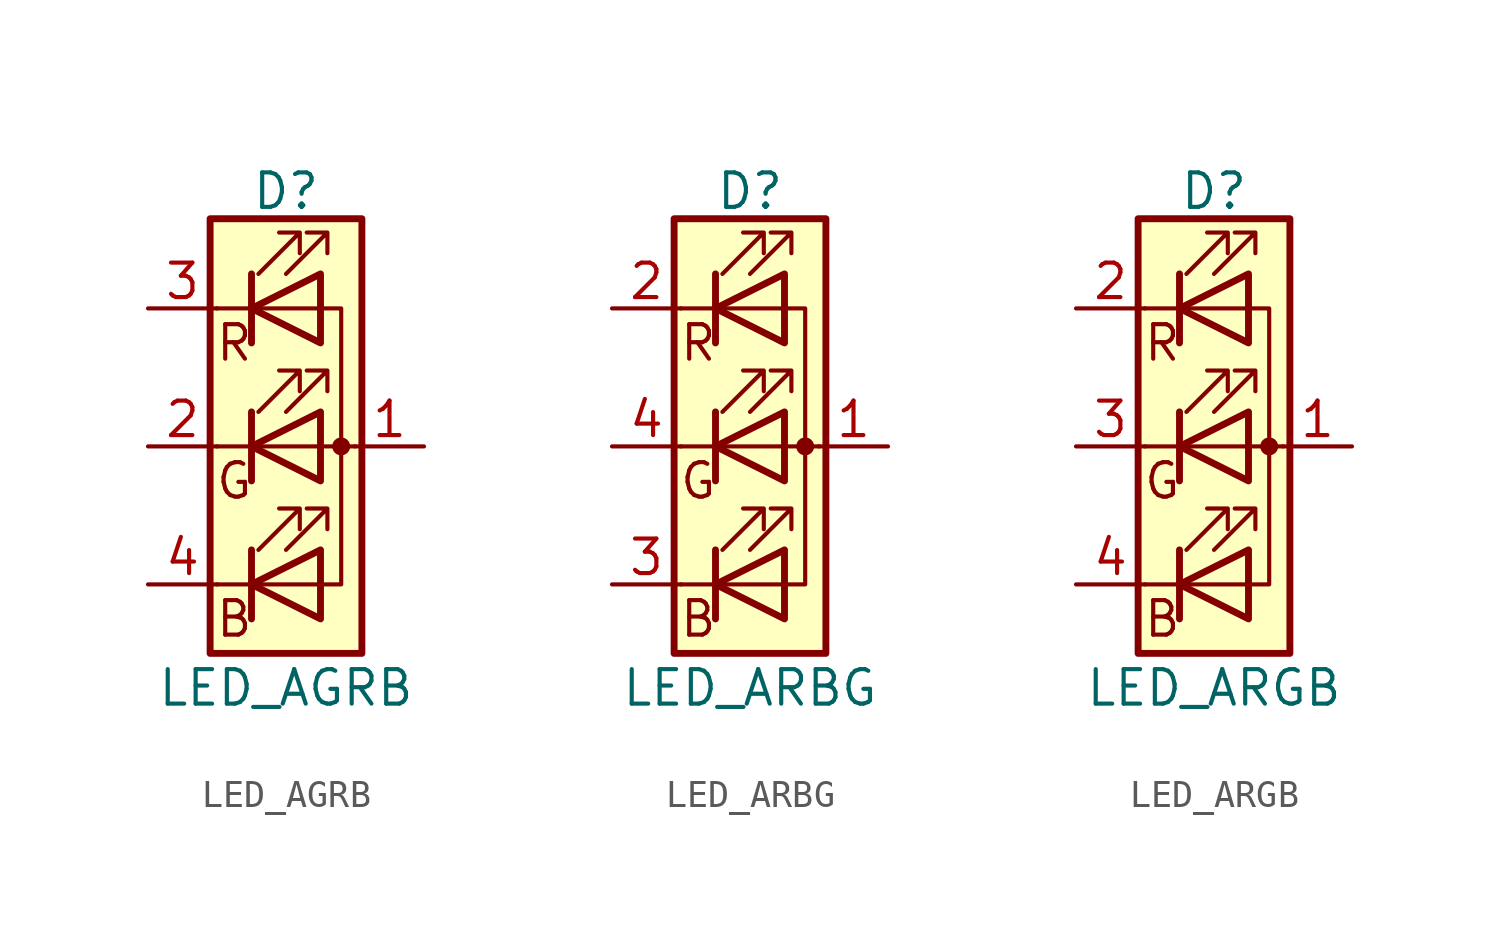
<source format=kicad_sym>
(kicad_symbol_lib
  (version 20241209)
  (generator "kicad_symbol_editor")
  (generator_version "9.0")
  (symbol "LED_AGRB"
    (pin_names
      (offset 0)
      (hide yes))
    (property "Reference" "D"
      (at 0 9.398 0)
      (effects (font (size 1.27 1.27))))
    (property "Value" "LED_AGRB"
      (at 0 -8.89 0)
      (effects (font (size 1.27 1.27))))
    (symbol "LED_AGRB_0_0"
      (text "R" (at -1.905 3.81 0) (effects (font (size 1.27 1.27))))
      (text "G" (at -1.905 -1.27 0) (effects (font (size 1.27 1.27))))
      (text "B" (at -1.905 -6.35 0) (effects (font (size 1.27 1.27)))))
    (symbol "LED_AGRB_0_1"
      (polyline (pts (xy -1.27 6.35) (xy -1.27 3.81)) (stroke (width 0.254) (type default)) (fill (type none)))
      (polyline (pts (xy -1.27 6.35) (xy -1.27 3.81) (xy -1.27 3.81)) (stroke (width 0) (type default)) (fill (type none)))
      (polyline (pts (xy -1.27 5.08) (xy -2.54 5.08)) (stroke (width 0) (type default)) (fill (type none)))
      (polyline (pts (xy -1.27 5.08) (xy 1.27 5.08)) (stroke (width 0) (type default)) (fill (type none)))
      (polyline (pts (xy -1.27 1.27) (xy -1.27 -1.27)) (stroke (width 0.254) (type default)) (fill (type none)))
      (polyline (pts (xy -1.27 1.27) (xy -1.27 -1.27) (xy -1.27 -1.27)) (stroke (width 0) (type default)) (fill (type none)))
      (polyline (pts (xy -1.27 0) (xy -2.54 0)) (stroke (width 0) (type default)) (fill (type none)))
      (polyline (pts (xy -1.27 -3.81) (xy -1.27 -6.35)) (stroke (width 0.254) (type default)) (fill (type none)))
      (polyline (pts (xy -1.27 -5.08) (xy -2.54 -5.08)) (stroke (width 0) (type default)) (fill (type none)))
      (polyline (pts (xy -1.27 -5.08) (xy 1.27 -5.08)) (stroke (width 0) (type default)) (fill (type none)))
      (polyline (pts (xy -1.016 6.35) (xy 0.508 7.874) (xy -0.254 7.874) (xy 0.508 7.874) (xy 0.508 7.112)) (stroke (width 0) (type default)) (fill (type none)))
      (polyline (pts (xy -1.016 1.27) (xy 0.508 2.794) (xy -0.254 2.794) (xy 0.508 2.794) (xy 0.508 2.032)) (stroke (width 0) (type default)) (fill (type none)))
      (polyline (pts (xy -1.016 -3.81) (xy 0.508 -2.286) (xy -0.254 -2.286) (xy 0.508 -2.286) (xy 0.508 -3.048)) (stroke (width 0) (type default)) (fill (type none)))
      (polyline (pts (xy 0 6.35) (xy 1.524 7.874) (xy 0.762 7.874) (xy 1.524 7.874) (xy 1.524 7.112)) (stroke (width 0) (type default)) (fill (type none)))
      (polyline (pts (xy 0 1.27) (xy 1.524 2.794) (xy 0.762 2.794) (xy 1.524 2.794) (xy 1.524 2.032)) (stroke (width 0) (type default)) (fill (type none)))
      (polyline (pts (xy 0 -3.81) (xy 1.524 -2.286) (xy 0.762 -2.286) (xy 1.524 -2.286) (xy 1.524 -3.048)) (stroke (width 0) (type default)) (fill (type none)))
      (polyline (pts (xy 1.27 6.35) (xy 1.27 3.81) (xy -1.27 5.08) (xy 1.27 6.35)) (stroke (width 0.254) (type default)) (fill (type none)))
      (rectangle (start 1.27 6.35) (end 1.27 6.35) (stroke (width 0) (type default)) (fill (type none)))
      (rectangle (start 1.27 3.81) (end 1.27 6.35) (stroke (width 0) (type default)) (fill (type none)))
      (polyline (pts (xy 1.27 1.27) (xy 1.27 -1.27) (xy -1.27 0) (xy 1.27 1.27)) (stroke (width 0.254) (type default)) (fill (type none)))
      (rectangle (start 1.27 1.27) (end 1.27 1.27) (stroke (width 0) (type default)) (fill (type none)))
      (polyline (pts (xy 1.27 0) (xy -1.27 0)) (stroke (width 0) (type default)) (fill (type none)))
      (polyline (pts (xy 1.27 0) (xy 2.54 0)) (stroke (width 0) (type default)) (fill (type none)))
      (rectangle (start 1.27 -1.27) (end 1.27 1.27) (stroke (width 0) (type default)) (fill (type none)))
      (polyline (pts (xy 1.27 -3.81) (xy 1.27 -6.35) (xy -1.27 -5.08) (xy 1.27 -3.81)) (stroke (width 0.254) (type default)) (fill (type none)))
      (polyline (pts (xy 1.27 -5.08) (xy 2.032 -5.08) (xy 2.032 5.08) (xy 1.27 5.08)) (stroke (width 0) (type default)) (fill (type none)))
      (circle (center 2.032 0) (radius 0.254) (stroke (width 0) (type default)) (fill (type outline)))
      (rectangle (start 2.794 8.382) (end -2.794 -7.62) (stroke (width 0.254) (type default)) (fill (type background))))
    (symbol "LED_AGRB_1_1"
      (pin passive line (at -5.08 5.08 0) (length 2.54) (name "RK" (effects (font (size 1.27 1.27)))) (number "3" (effects (font (size 1.27 1.27)))))
      (pin passive line (at -5.08 0 0) (length 2.54) (name "GK" (effects (font (size 1.27 1.27)))) (number "2" (effects (font (size 1.27 1.27)))))
      (pin passive line (at -5.08 -5.08 0) (length 2.54) (name "BK" (effects (font (size 1.27 1.27)))) (number "4" (effects (font (size 1.27 1.27)))))
      (pin passive line (at 5.08 0 180) (length 2.54) (name "A" (effects (font (size 1.27 1.27)))) (number "1" (effects (font (size 1.27 1.27)))))))
  (symbol "LED_ARBG"
    (pin_names
      (offset 0)
      (hide yes))
    (property "Reference" "D"
      (at 0 9.398 0)
      (effects (font (size 1.27 1.27))))
    (property "Value" "LED_ARBG"
      (at 0 -8.89 0)
      (effects (font (size 1.27 1.27))))
    (symbol "LED_ARBG_0_0"
      (text "R" (at -1.905 3.81 0) (effects (font (size 1.27 1.27))))
      (text "G" (at -1.905 -1.27 0) (effects (font (size 1.27 1.27))))
      (text "B" (at -1.905 -6.35 0) (effects (font (size 1.27 1.27)))))
    (symbol "LED_ARBG_0_1"
      (polyline (pts (xy -1.27 6.35) (xy -1.27 3.81)) (stroke (width 0.254) (type default)) (fill (type none)))
      (polyline (pts (xy -1.27 6.35) (xy -1.27 3.81) (xy -1.27 3.81)) (stroke (width 0) (type default)) (fill (type none)))
      (polyline (pts (xy -1.27 5.08) (xy -2.54 5.08)) (stroke (width 0) (type default)) (fill (type none)))
      (polyline (pts (xy -1.27 5.08) (xy 1.27 5.08)) (stroke (width 0) (type default)) (fill (type none)))
      (polyline (pts (xy -1.27 1.27) (xy -1.27 -1.27)) (stroke (width 0.254) (type default)) (fill (type none)))
      (polyline (pts (xy -1.27 1.27) (xy -1.27 -1.27) (xy -1.27 -1.27)) (stroke (width 0) (type default)) (fill (type none)))
      (polyline (pts (xy -1.27 0) (xy -2.54 0)) (stroke (width 0) (type default)) (fill (type none)))
      (polyline (pts (xy -1.27 -3.81) (xy -1.27 -6.35)) (stroke (width 0.254) (type default)) (fill (type none)))
      (polyline (pts (xy -1.27 -5.08) (xy -2.54 -5.08)) (stroke (width 0) (type default)) (fill (type none)))
      (polyline (pts (xy -1.27 -5.08) (xy 1.27 -5.08)) (stroke (width 0) (type default)) (fill (type none)))
      (polyline (pts (xy -1.016 6.35) (xy 0.508 7.874) (xy -0.254 7.874) (xy 0.508 7.874) (xy 0.508 7.112)) (stroke (width 0) (type default)) (fill (type none)))
      (polyline (pts (xy -1.016 1.27) (xy 0.508 2.794) (xy -0.254 2.794) (xy 0.508 2.794) (xy 0.508 2.032)) (stroke (width 0) (type default)) (fill (type none)))
      (polyline (pts (xy -1.016 -3.81) (xy 0.508 -2.286) (xy -0.254 -2.286) (xy 0.508 -2.286) (xy 0.508 -3.048)) (stroke (width 0) (type default)) (fill (type none)))
      (polyline (pts (xy 0 6.35) (xy 1.524 7.874) (xy 0.762 7.874) (xy 1.524 7.874) (xy 1.524 7.112)) (stroke (width 0) (type default)) (fill (type none)))
      (polyline (pts (xy 0 1.27) (xy 1.524 2.794) (xy 0.762 2.794) (xy 1.524 2.794) (xy 1.524 2.032)) (stroke (width 0) (type default)) (fill (type none)))
      (polyline (pts (xy 0 -3.81) (xy 1.524 -2.286) (xy 0.762 -2.286) (xy 1.524 -2.286) (xy 1.524 -3.048)) (stroke (width 0) (type default)) (fill (type none)))
      (polyline (pts (xy 1.27 6.35) (xy 1.27 3.81) (xy -1.27 5.08) (xy 1.27 6.35)) (stroke (width 0.254) (type default)) (fill (type none)))
      (rectangle (start 1.27 6.35) (end 1.27 6.35) (stroke (width 0) (type default)) (fill (type none)))
      (rectangle (start 1.27 3.81) (end 1.27 6.35) (stroke (width 0) (type default)) (fill (type none)))
      (polyline (pts (xy 1.27 1.27) (xy 1.27 -1.27) (xy -1.27 0) (xy 1.27 1.27)) (stroke (width 0.254) (type default)) (fill (type none)))
      (rectangle (start 1.27 1.27) (end 1.27 1.27) (stroke (width 0) (type default)) (fill (type none)))
      (polyline (pts (xy 1.27 0) (xy -1.27 0)) (stroke (width 0) (type default)) (fill (type none)))
      (polyline (pts (xy 1.27 0) (xy 2.54 0)) (stroke (width 0) (type default)) (fill (type none)))
      (rectangle (start 1.27 -1.27) (end 1.27 1.27) (stroke (width 0) (type default)) (fill (type none)))
      (polyline (pts (xy 1.27 -3.81) (xy 1.27 -6.35) (xy -1.27 -5.08) (xy 1.27 -3.81)) (stroke (width 0.254) (type default)) (fill (type none)))
      (polyline (pts (xy 1.27 -5.08) (xy 2.032 -5.08) (xy 2.032 5.08) (xy 1.27 5.08)) (stroke (width 0) (type default)) (fill (type none)))
      (circle (center 2.032 0) (radius 0.254) (stroke (width 0) (type default)) (fill (type outline)))
      (rectangle (start 2.794 8.382) (end -2.794 -7.62) (stroke (width 0.254) (type default)) (fill (type background))))
    (symbol "LED_ARBG_1_1"
      (pin passive line (at -5.08 5.08 0) (length 2.54) (name "RK" (effects (font (size 1.27 1.27)))) (number "2" (effects (font (size 1.27 1.27)))))
      (pin passive line (at -5.08 0 0) (length 2.54) (name "GK" (effects (font (size 1.27 1.27)))) (number "4" (effects (font (size 1.27 1.27)))))
      (pin passive line (at -5.08 -5.08 0) (length 2.54) (name "BK" (effects (font (size 1.27 1.27)))) (number "3" (effects (font (size 1.27 1.27)))))
      (pin passive line (at 5.08 0 180) (length 2.54) (name "A" (effects (font (size 1.27 1.27)))) (number "1" (effects (font (size 1.27 1.27)))))))
  (symbol "LED_ARGB"
    (pin_names
      (offset 0)
      (hide yes))
    (property "Reference" "D"
      (at 0 9.398 0)
      (effects (font (size 1.27 1.27))))
    (property "Value" "LED_ARGB"
      (at 0 -8.89 0)
      (effects (font (size 1.27 1.27))))
    (symbol "LED_ARGB_0_0"
      (text "R" (at -1.905 3.81 0) (effects (font (size 1.27 1.27))))
      (text "G" (at -1.905 -1.27 0) (effects (font (size 1.27 1.27))))
      (text "B" (at -1.905 -6.35 0) (effects (font (size 1.27 1.27)))))
    (symbol "LED_ARGB_0_1"
      (polyline (pts (xy -1.27 6.35) (xy -1.27 3.81)) (stroke (width 0.254) (type default)) (fill (type none)))
      (polyline (pts (xy -1.27 6.35) (xy -1.27 3.81) (xy -1.27 3.81)) (stroke (width 0) (type default)) (fill (type none)))
      (polyline (pts (xy -1.27 5.08) (xy -2.54 5.08)) (stroke (width 0) (type default)) (fill (type none)))
      (polyline (pts (xy -1.27 5.08) (xy 1.27 5.08)) (stroke (width 0) (type default)) (fill (type none)))
      (polyline (pts (xy -1.27 1.27) (xy -1.27 -1.27)) (stroke (width 0.254) (type default)) (fill (type none)))
      (polyline (pts (xy -1.27 1.27) (xy -1.27 -1.27) (xy -1.27 -1.27)) (stroke (width 0) (type default)) (fill (type none)))
      (polyline (pts (xy -1.27 0) (xy -2.54 0)) (stroke (width 0) (type default)) (fill (type none)))
      (polyline (pts (xy -1.27 -3.81) (xy -1.27 -6.35)) (stroke (width 0.254) (type default)) (fill (type none)))
      (polyline (pts (xy -1.27 -5.08) (xy -2.54 -5.08)) (stroke (width 0) (type default)) (fill (type none)))
      (polyline (pts (xy -1.27 -5.08) (xy 1.27 -5.08)) (stroke (width 0) (type default)) (fill (type none)))
      (polyline (pts (xy -1.016 6.35) (xy 0.508 7.874) (xy -0.254 7.874) (xy 0.508 7.874) (xy 0.508 7.112)) (stroke (width 0) (type default)) (fill (type none)))
      (polyline (pts (xy -1.016 1.27) (xy 0.508 2.794) (xy -0.254 2.794) (xy 0.508 2.794) (xy 0.508 2.032)) (stroke (width 0) (type default)) (fill (type none)))
      (polyline (pts (xy -1.016 -3.81) (xy 0.508 -2.286) (xy -0.254 -2.286) (xy 0.508 -2.286) (xy 0.508 -3.048)) (stroke (width 0) (type default)) (fill (type none)))
      (polyline (pts (xy 0 6.35) (xy 1.524 7.874) (xy 0.762 7.874) (xy 1.524 7.874) (xy 1.524 7.112)) (stroke (width 0) (type default)) (fill (type none)))
      (polyline (pts (xy 0 1.27) (xy 1.524 2.794) (xy 0.762 2.794) (xy 1.524 2.794) (xy 1.524 2.032)) (stroke (width 0) (type default)) (fill (type none)))
      (polyline (pts (xy 0 -3.81) (xy 1.524 -2.286) (xy 0.762 -2.286) (xy 1.524 -2.286) (xy 1.524 -3.048)) (stroke (width 0) (type default)) (fill (type none)))
      (polyline (pts (xy 1.27 6.35) (xy 1.27 3.81) (xy -1.27 5.08) (xy 1.27 6.35)) (stroke (width 0.254) (type default)) (fill (type none)))
      (rectangle (start 1.27 6.35) (end 1.27 6.35) (stroke (width 0) (type default)) (fill (type none)))
      (rectangle (start 1.27 3.81) (end 1.27 6.35) (stroke (width 0) (type default)) (fill (type none)))
      (polyline (pts (xy 1.27 1.27) (xy 1.27 -1.27) (xy -1.27 0) (xy 1.27 1.27)) (stroke (width 0.254) (type default)) (fill (type none)))
      (rectangle (start 1.27 1.27) (end 1.27 1.27) (stroke (width 0) (type default)) (fill (type none)))
      (polyline (pts (xy 1.27 0) (xy -1.27 0)) (stroke (width 0) (type default)) (fill (type none)))
      (polyline (pts (xy 1.27 0) (xy 2.54 0)) (stroke (width 0) (type default)) (fill (type none)))
      (rectangle (start 1.27 -1.27) (end 1.27 1.27) (stroke (width 0) (type default)) (fill (type none)))
      (polyline (pts (xy 1.27 -3.81) (xy 1.27 -6.35) (xy -1.27 -5.08) (xy 1.27 -3.81)) (stroke (width 0.254) (type default)) (fill (type none)))
      (polyline (pts (xy 1.27 -5.08) (xy 2.032 -5.08) (xy 2.032 5.08) (xy 1.27 5.08)) (stroke (width 0) (type default)) (fill (type none)))
      (circle (center 2.032 0) (radius 0.254) (stroke (width 0) (type default)) (fill (type outline)))
      (rectangle (start 2.794 8.382) (end -2.794 -7.62) (stroke (width 0.254) (type default)) (fill (type background))))
    (symbol "LED_ARGB_1_1"
      (pin passive line (at -5.08 5.08 0) (length 2.54) (name "RK" (effects (font (size 1.27 1.27)))) (number "2" (effects (font (size 1.27 1.27)))))
      (pin passive line (at -5.08 0 0) (length 2.54) (name "GK" (effects (font (size 1.27 1.27)))) (number "3" (effects (font (size 1.27 1.27)))))
      (pin passive line (at -5.08 -5.08 0) (length 2.54) (name "BK" (effects (font (size 1.27 1.27)))) (number "4" (effects (font (size 1.27 1.27)))))
      (pin passive line (at 5.08 0 180) (length 2.54) (name "A" (effects (font (size 1.27 1.27)))) (number "1" (effects (font (size 1.27 1.27))))))))
</source>
